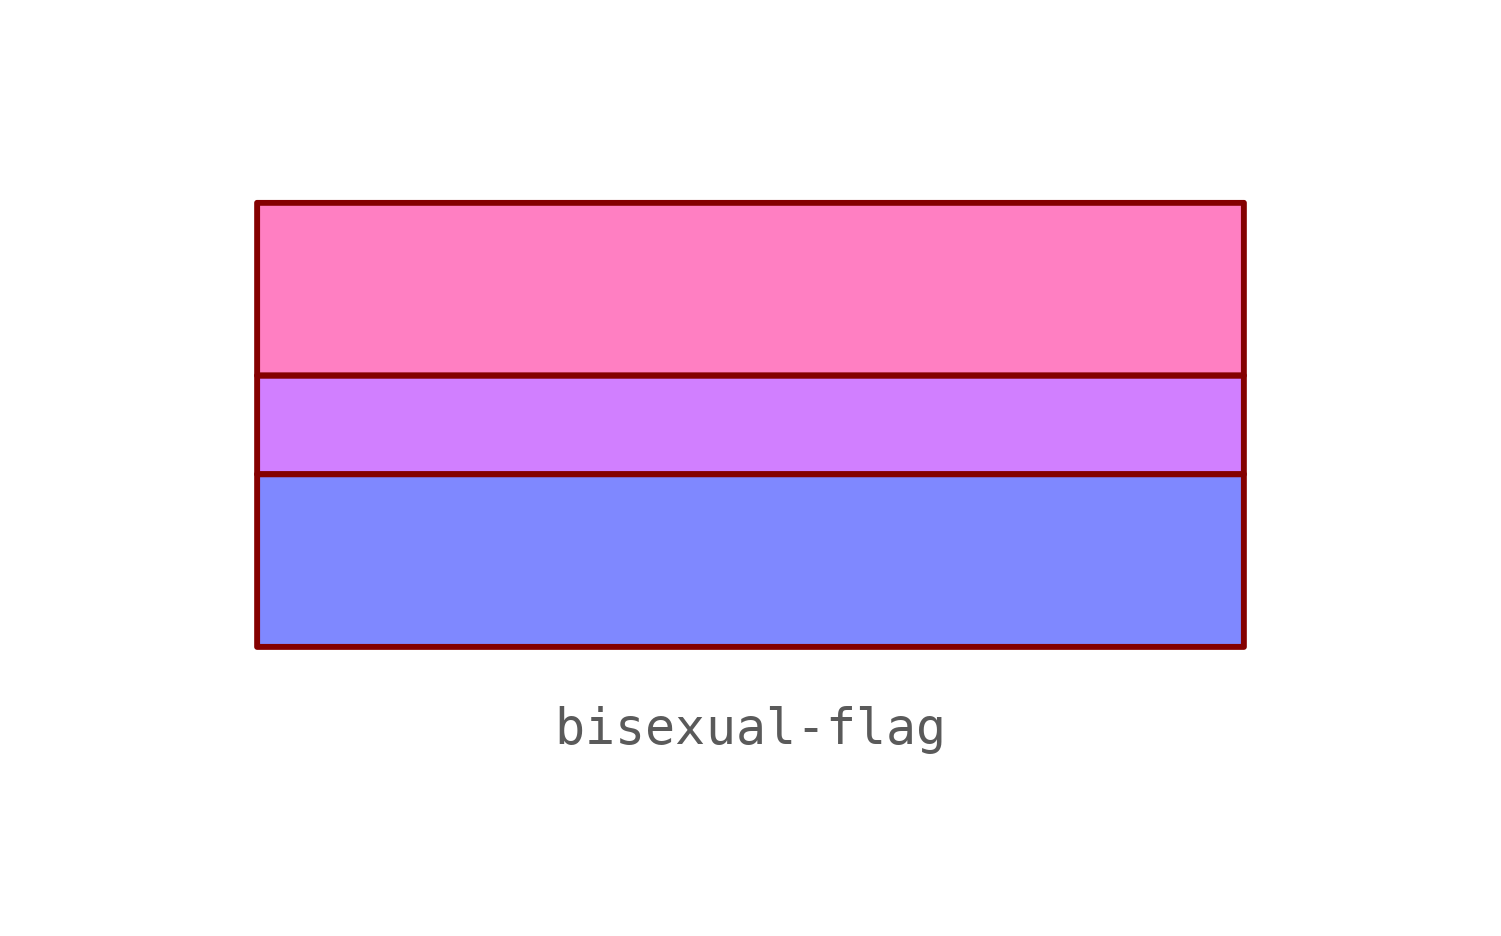
<source format=kicad_sym>
(kicad_symbol_lib
  (version 20220126)
  (generator kicad_symbol_editor)
  (symbol "bisexual-flag"
    (pin_numbers hide)
    (pin_names
      (offset 0) hide)
    (property "Reference" "#LOGO"
      (at 0 2.54 0)
      (effects (font (size 1.27 1.27)) hide))
    (symbol "bisexual-flag_0_1"
      (rectangle (start -12.7 -0.635) (end 12.7 -5.08) (stroke (width 0.152) (type default)) (fill (type color) (color 127 136 255 1)))
      (rectangle (start -12.7 1.905) (end 12.7 -0.635) (stroke (width 0.152) (type default)) (fill (type color) (color 209 127 255 1)))
      (rectangle (start -12.7 6.35) (end 12.7 1.905) (stroke (width 0.152) (type default)) (fill (type color) (color 255 127 194 1))))))
</source>
